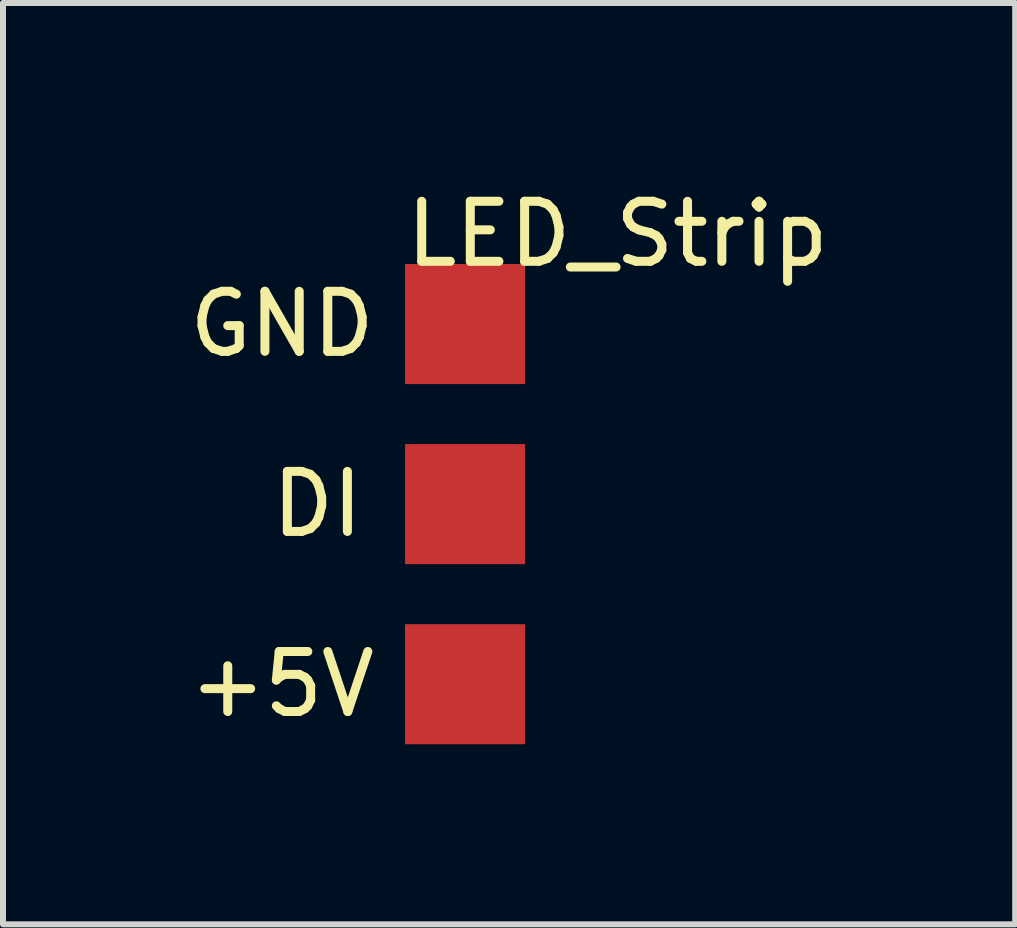
<source format=kicad_pcb>
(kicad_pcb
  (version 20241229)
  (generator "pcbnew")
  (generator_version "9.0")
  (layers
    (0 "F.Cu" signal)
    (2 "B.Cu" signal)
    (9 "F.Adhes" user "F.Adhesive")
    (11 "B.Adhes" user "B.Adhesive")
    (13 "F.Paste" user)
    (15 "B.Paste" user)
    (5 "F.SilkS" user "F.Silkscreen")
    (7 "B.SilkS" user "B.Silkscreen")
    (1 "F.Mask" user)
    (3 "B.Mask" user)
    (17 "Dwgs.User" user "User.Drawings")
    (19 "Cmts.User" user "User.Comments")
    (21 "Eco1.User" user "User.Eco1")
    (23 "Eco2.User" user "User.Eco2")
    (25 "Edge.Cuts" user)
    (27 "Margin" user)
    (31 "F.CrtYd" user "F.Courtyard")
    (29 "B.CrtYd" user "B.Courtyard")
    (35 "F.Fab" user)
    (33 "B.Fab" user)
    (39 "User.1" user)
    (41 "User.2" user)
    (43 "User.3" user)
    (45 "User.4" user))
  (footprint "LED_Strip"
    (layer "F.Cu")
    (at 7.237 0.348)
    (property "Reference" "LED_Strip" (at 0 0.5 0) (layer "F.SilkS") (effects (font (size 1 1) (thickness 0.15))))
    (attr smd)
    (fp_text user "+5V" (at -5.588 8 0) (layer "F.SilkS") (effects (font (size 1 1) (thickness 0.15))))
    (fp_text user "GND" (at -5.588 2 0) (layer "F.SilkS") (effects (font (size 1 1) (thickness 0.15))))
    (fp_text user "DI" (at -5 5 0) (layer "F.SilkS") (effects (font (size 1 1) (thickness 0.15))))
    (pad "1" smd rect (at -2.54 2) (size 2 2) (layers "F.Cu" "F.Mask" "F.Paste"))
    (pad "2" smd rect (at -2.54 5) (size 2 2) (layers "F.Cu" "F.Mask" "F.Paste"))
    (pad "3" smd rect (at -2.54 8) (size 2 2) (layers "F.Cu" "F.Mask" "F.Paste")))
  (gr_rect
    (start -3 -3)
    (end 13.862 12.348)
    (stroke (width 0.1) (type default))
    (fill no)
    (layer "Edge.Cuts")))
</source>
